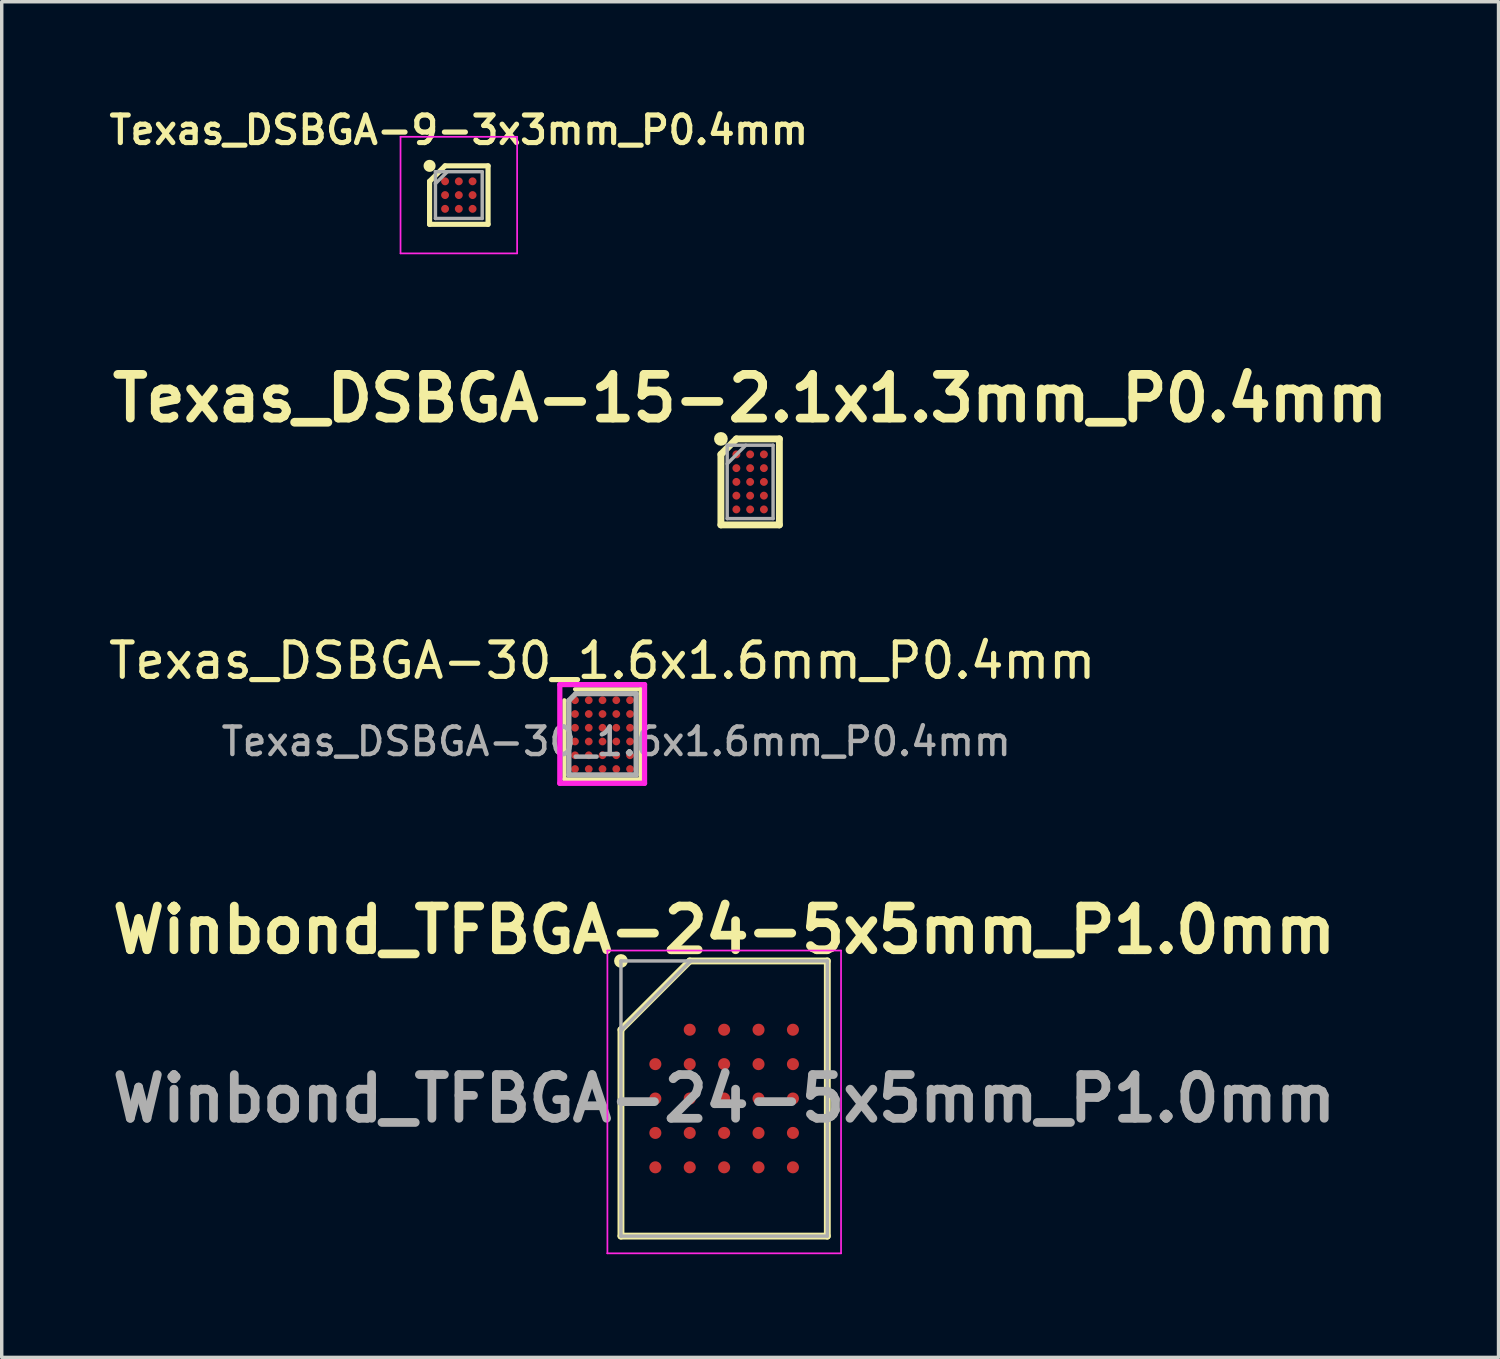
<source format=kicad_pcb>
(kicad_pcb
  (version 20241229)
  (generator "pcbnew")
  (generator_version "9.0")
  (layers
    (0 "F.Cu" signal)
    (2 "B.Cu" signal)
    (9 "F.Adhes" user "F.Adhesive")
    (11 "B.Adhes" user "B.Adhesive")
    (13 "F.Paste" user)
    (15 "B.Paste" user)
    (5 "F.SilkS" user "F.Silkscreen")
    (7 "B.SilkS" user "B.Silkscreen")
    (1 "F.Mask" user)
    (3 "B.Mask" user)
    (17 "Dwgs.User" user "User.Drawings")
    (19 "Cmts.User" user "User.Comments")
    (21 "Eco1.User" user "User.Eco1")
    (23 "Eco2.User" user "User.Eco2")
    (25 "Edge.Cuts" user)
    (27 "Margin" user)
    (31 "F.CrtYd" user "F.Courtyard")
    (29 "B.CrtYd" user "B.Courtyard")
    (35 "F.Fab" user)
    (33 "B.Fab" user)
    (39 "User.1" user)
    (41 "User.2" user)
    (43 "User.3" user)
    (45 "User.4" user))
  (footprint "Texas_DSBGA-15-2.1x1.3mm_P0.4mm"
    (layer "F.Cu")
    (at 18.76 10.961)
    (property "Reference" "Texas_DSBGA-15-2.1x1.3mm_P0.4mm" (at 0 -2.43 0) (layer "F.SilkS") (effects (font (size 1.27 1.27) (thickness 0.254))))
    (attr smd)
    (fp_line (start -0.85 -0.8) (end -0.4 -1.25) (stroke (width 0.2) (type solid)) (layer "F.SilkS"))
    (fp_line (start -0.85 1.25) (end -0.85 -0.8) (stroke (width 0.2) (type solid)) (layer "F.SilkS"))
    (fp_line (start -0.4 -1.25) (end 0.85 -1.25) (stroke (width 0.2) (type solid)) (layer "F.SilkS"))
    (fp_line (start 0.85 -1.25) (end 0.85 1.25) (stroke (width 0.2) (type solid)) (layer "F.SilkS"))
    (fp_line (start 0.85 1.25) (end -0.85 1.25) (stroke (width 0.2) (type solid)) (layer "F.SilkS"))
    (fp_circle (center -0.85 -1.25) (end -0.85 -1.15) (stroke (width 0.2) (type solid)) (fill no) (layer "F.SilkS"))
    (fp_line (start -0.667 -1.067) (end 0.667 -1.067) (stroke (width 0.1) (type solid)) (layer "F.Fab"))
    (fp_line (start -0.667 -0.526) (end -0.126 -1.067) (stroke (width 0.1) (type solid)) (layer "F.Fab"))
    (fp_line (start -0.667 1.067) (end -0.667 -1.067) (stroke (width 0.1) (type solid)) (layer "F.Fab"))
    (fp_line (start 0.667 -1.067) (end 0.667 1.067) (stroke (width 0.1) (type solid)) (layer "F.Fab"))
    (fp_line (start 0.667 1.067) (end -0.667 1.067) (stroke (width 0.1) (type solid)) (layer "F.Fab"))
    (pad "A1" smd circle (at -0.4 -0.8 90) (size 0.23 0.23) (layers "F.Cu" "F.Mask" "F.Paste"))
    (pad "A2" smd circle (at 0 -0.8 90) (size 0.23 0.23) (layers "F.Cu" "F.Mask" "F.Paste"))
    (pad "A3" smd circle (at 0.4 -0.8 90) (size 0.23 0.23) (layers "F.Cu" "F.Mask" "F.Paste"))
    (pad "B1" smd circle (at -0.4 -0.4 90) (size 0.23 0.23) (layers "F.Cu" "F.Mask" "F.Paste"))
    (pad "B2" smd circle (at 0 -0.4 90) (size 0.23 0.23) (layers "F.Cu" "F.Mask" "F.Paste"))
    (pad "B3" smd circle (at 0.4 -0.4 90) (size 0.23 0.23) (layers "F.Cu" "F.Mask" "F.Paste"))
    (pad "C1" smd circle (at -0.4 0 90) (size 0.23 0.23) (layers "F.Cu" "F.Mask" "F.Paste"))
    (pad "C2" smd circle (at 0 0 90) (size 0.23 0.23) (layers "F.Cu" "F.Mask" "F.Paste"))
    (pad "C3" smd circle (at 0.4 0 90) (size 0.23 0.23) (layers "F.Cu" "F.Mask" "F.Paste"))
    (pad "D1" smd circle (at -0.4 0.4 90) (size 0.23 0.23) (layers "F.Cu" "F.Mask" "F.Paste"))
    (pad "D2" smd circle (at 0 0.4 90) (size 0.23 0.23) (layers "F.Cu" "F.Mask" "F.Paste"))
    (pad "D3" smd circle (at 0.4 0.4 90) (size 0.23 0.23) (layers "F.Cu" "F.Mask" "F.Paste"))
    (pad "E1" smd circle (at -0.4 0.8 90) (size 0.23 0.23) (layers "F.Cu" "F.Mask" "F.Paste"))
    (pad "E2" smd circle (at 0 0.8 90) (size 0.23 0.23) (layers "F.Cu" "F.Mask" "F.Paste"))
    (pad "E3" smd circle (at 0.4 0.8 90) (size 0.23 0.23) (layers "F.Cu" "F.Mask" "F.Paste")))
  (footprint "Texas_DSBGA-30_1.6x1.6mm_P0.4mm"
    (layer "F.Cu")
    (at 14.458 18.309)
    (property "Reference" "Texas_DSBGA-30_1.6x1.6mm_P0.4mm" (at 0 -2.15 0) (layer "F.SilkS") (effects (font (size 1 1) (thickness 0.15))))
    (attr smd)
    (fp_line (start -1.1 1.3) (end -1.1 -1) (stroke (width 0.12) (type solid)) (layer "F.SilkS"))
    (fp_line (start 1.12 -1.32) (end -0.79 -1.32) (stroke (width 0.12) (type solid)) (layer "F.SilkS"))
    (fp_line (start 1.12 1.3) (end -1.1 1.3) (stroke (width 0.12) (type solid)) (layer "F.SilkS"))
    (fp_line (start 1.12 1.3) (end 1.12 -1.32) (stroke (width 0.12) (type solid)) (layer "F.SilkS"))
    (fp_line (start -1.232 -1.455) (end 1.232 -1.455) (stroke (width 0.152) (type solid)) (layer "F.CrtYd"))
    (fp_line (start -1.232 1.415) (end -1.232 -1.455) (stroke (width 0.152) (type solid)) (layer "F.CrtYd"))
    (fp_line (start 1.232 -1.455) (end 1.232 1.415) (stroke (width 0.152) (type solid)) (layer "F.CrtYd"))
    (fp_line (start 1.232 1.415) (end -1.232 1.415) (stroke (width 0.152) (type solid)) (layer "F.CrtYd"))
    (fp_line (start -0.968 -0.991) (end -0.968 1.171) (stroke (width 0.152) (type solid)) (layer "F.Fab"))
    (fp_line (start -0.968 1.171) (end 0.988 1.171) (stroke (width 0.152) (type solid)) (layer "F.Fab"))
    (fp_line (start -0.768 -1.191) (end -0.968 -0.991) (stroke (width 0.152) (type solid)) (layer "F.Fab"))
    (fp_line (start 0.988 -1.191) (end -0.768 -1.191) (stroke (width 0.152) (type solid)) (layer "F.Fab"))
    (fp_line (start 0.988 1.171) (end 0.988 -1.191) (stroke (width 0.152) (type solid)) (layer "F.Fab"))
    (fp_text user "${REFERENCE}" (at 0.41 0.2 0) (layer "F.Fab") (effects (font (size 0.8 0.8) (thickness 0.13))))
    (pad "A1" smd circle (at -0.79 -1) (size 0.225 0.225) (layers "F.Cu" "F.Mask" "F.Paste"))
    (pad "A2" smd circle (at -0.39 -1) (size 0.225 0.225) (layers "F.Cu" "F.Mask" "F.Paste"))
    (pad "A3" smd circle (at 0.01 -1) (size 0.225 0.225) (layers "F.Cu" "F.Mask" "F.Paste"))
    (pad "A4" smd circle (at 0.41 -1) (size 0.225 0.225) (layers "F.Cu" "F.Mask" "F.Paste"))
    (pad "A5" smd circle (at 0.81 -1) (size 0.225 0.225) (layers "F.Cu" "F.Mask" "F.Paste"))
    (pad "B1" smd circle (at -0.79 -0.6) (size 0.225 0.225) (layers "F.Cu" "F.Mask" "F.Paste"))
    (pad "B2" smd circle (at -0.39 -0.6) (size 0.225 0.225) (layers "F.Cu" "F.Mask" "F.Paste"))
    (pad "B3" smd circle (at 0.01 -0.6) (size 0.225 0.225) (layers "F.Cu" "F.Mask" "F.Paste"))
    (pad "B4" smd circle (at 0.41 -0.6) (size 0.225 0.225) (layers "F.Cu" "F.Mask" "F.Paste"))
    (pad "B5" smd circle (at 0.81 -0.6) (size 0.225 0.225) (layers "F.Cu" "F.Mask" "F.Paste"))
    (pad "C1" smd circle (at -0.79 -0.2) (size 0.225 0.225) (layers "F.Cu" "F.Mask" "F.Paste"))
    (pad "C2" smd circle (at -0.39 -0.2) (size 0.225 0.225) (layers "F.Cu" "F.Mask" "F.Paste"))
    (pad "C3" smd circle (at 0.01 -0.2) (size 0.225 0.225) (layers "F.Cu" "F.Mask" "F.Paste"))
    (pad "C4" smd circle (at 0.41 -0.2) (size 0.225 0.225) (layers "F.Cu" "F.Mask" "F.Paste"))
    (pad "C5" smd circle (at 0.81 -0.2) (size 0.225 0.225) (layers "F.Cu" "F.Mask" "F.Paste"))
    (pad "D1" smd circle (at -0.79 0.2) (size 0.225 0.225) (layers "F.Cu" "F.Mask" "F.Paste"))
    (pad "D2" smd circle (at -0.39 0.2) (size 0.225 0.225) (layers "F.Cu" "F.Mask" "F.Paste"))
    (pad "D3" smd circle (at 0.01 0.2) (size 0.225 0.225) (layers "F.Cu" "F.Mask" "F.Paste"))
    (pad "D4" smd circle (at 0.41 0.2) (size 0.225 0.225) (layers "F.Cu" "F.Mask" "F.Paste"))
    (pad "D5" smd circle (at 0.81 0.2) (size 0.225 0.225) (layers "F.Cu" "F.Mask" "F.Paste"))
    (pad "E1" smd circle (at -0.79 0.6) (size 0.225 0.225) (layers "F.Cu" "F.Mask" "F.Paste"))
    (pad "E2" smd circle (at -0.39 0.6) (size 0.225 0.225) (layers "F.Cu" "F.Mask" "F.Paste"))
    (pad "E3" smd circle (at 0.01 0.6) (size 0.225 0.225) (layers "F.Cu" "F.Mask" "F.Paste"))
    (pad "E4" smd circle (at 0.41 0.6) (size 0.225 0.225) (layers "F.Cu" "F.Mask" "F.Paste"))
    (pad "E5" smd circle (at 0.81 0.6) (size 0.225 0.225) (layers "F.Cu" "F.Mask" "F.Paste"))
    (pad "F1" smd circle (at -0.79 1) (size 0.225 0.225) (layers "F.Cu" "F.Mask" "F.Paste"))
    (pad "F2" smd circle (at -0.39 1) (size 0.225 0.225) (layers "F.Cu" "F.Mask" "F.Paste"))
    (pad "F3" smd circle (at 0.01 1) (size 0.225 0.225) (layers "F.Cu" "F.Mask" "F.Paste"))
    (pad "F4" smd circle (at 0.41 1) (size 0.225 0.225) (layers "F.Cu" "F.Mask" "F.Paste"))
    (pad "F5" smd circle (at 0.81 1) (size 0.225 0.225) (layers "F.Cu" "F.Mask" "F.Paste")))
  (footprint "Winbond_TFBGA-24-5x5mm_P1.0mm"
    (layer "F.Cu")
    (at 18.004 28.889)
    (property "Reference" "Winbond_TFBGA-24-5x5mm_P1.0mm" (at 0 -4.9 0) (layer "F.SilkS") (effects (font (size 1.27 1.27) (thickness 0.254))))
    (attr smd)
    (fp_line (start -3 -2) (end -1 -4) (stroke (width 0.2) (type solid)) (layer "F.SilkS"))
    (fp_line (start -3 4) (end -3 -2) (stroke (width 0.2) (type solid)) (layer "F.SilkS"))
    (fp_line (start -1 -4) (end 3 -4) (stroke (width 0.2) (type solid)) (layer "F.SilkS"))
    (fp_line (start 3 -4) (end 3 4) (stroke (width 0.2) (type solid)) (layer "F.SilkS"))
    (fp_line (start 3 4) (end -3 4) (stroke (width 0.2) (type solid)) (layer "F.SilkS"))
    (fp_circle (center -3 -4) (end -3 -3.9) (stroke (width 0.2) (type solid)) (fill no) (layer "F.SilkS"))
    (fp_line (start -3.4 -4.302) (end 3.4 -4.302) (stroke (width 0.05) (type solid)) (layer "F.CrtYd"))
    (fp_line (start -3.394 4.5) (end -3.394 -4.3) (stroke (width 0.05) (type solid)) (layer "F.CrtYd"))
    (fp_line (start 3.399 -4.3) (end 3.399 4.5) (stroke (width 0.05) (type solid)) (layer "F.CrtYd"))
    (fp_line (start 3.4 4.501) (end -3.4 4.501) (stroke (width 0.05) (type solid)) (layer "F.CrtYd"))
    (fp_line (start -3 -4) (end 3 -4) (stroke (width 0.1) (type solid)) (layer "F.Fab"))
    (fp_line (start -3 -1.975) (end -0.975 -4) (stroke (width 0.1) (type solid)) (layer "F.Fab"))
    (fp_line (start -3 4) (end -3 -4) (stroke (width 0.1) (type solid)) (layer "F.Fab"))
    (fp_line (start 3 -4) (end 3 4) (stroke (width 0.1) (type solid)) (layer "F.Fab"))
    (fp_line (start 3 4) (end -3 4) (stroke (width 0.1) (type solid)) (layer "F.Fab"))
    (fp_text user "${REFERENCE}" (at 0 0 0) (layer "F.Fab") (effects (font (size 1.27 1.27) (thickness 0.254))))
    (pad "A2" smd circle (at -1 -2 90) (size 0.35 0.35) (layers "F.Cu" "F.Mask" "F.Paste"))
    (pad "A3" smd circle (at 0 -2 90) (size 0.35 0.35) (layers "F.Cu" "F.Mask" "F.Paste"))
    (pad "A4" smd circle (at 1 -2 90) (size 0.35 0.35) (layers "F.Cu" "F.Mask" "F.Paste"))
    (pad "A5" smd circle (at 2 -2 90) (size 0.35 0.35) (layers "F.Cu" "F.Mask" "F.Paste"))
    (pad "B1" smd circle (at -2 -1 90) (size 0.35 0.35) (layers "F.Cu" "F.Mask" "F.Paste"))
    (pad "B2" smd circle (at -1 -1 90) (size 0.35 0.35) (layers "F.Cu" "F.Mask" "F.Paste"))
    (pad "B3" smd circle (at 0 -1 90) (size 0.35 0.35) (layers "F.Cu" "F.Mask" "F.Paste"))
    (pad "B4" smd circle (at 1 -1 90) (size 0.35 0.35) (layers "F.Cu" "F.Mask" "F.Paste"))
    (pad "B5" smd circle (at 2 -1 90) (size 0.35 0.35) (layers "F.Cu" "F.Mask" "F.Paste"))
    (pad "C1" smd circle (at -2 0 90) (size 0.35 0.35) (layers "F.Cu" "F.Mask" "F.Paste"))
    (pad "C2" smd circle (at -1 0 90) (size 0.35 0.35) (layers "F.Cu" "F.Mask" "F.Paste"))
    (pad "C3" smd circle (at 0 0 90) (size 0.35 0.35) (layers "F.Cu" "F.Mask" "F.Paste"))
    (pad "C4" smd circle (at 1 0 90) (size 0.35 0.35) (layers "F.Cu" "F.Mask" "F.Paste"))
    (pad "C5" smd circle (at 2 0 90) (size 0.35 0.35) (layers "F.Cu" "F.Mask" "F.Paste"))
    (pad "D1" smd circle (at -2 1 90) (size 0.35 0.35) (layers "F.Cu" "F.Mask" "F.Paste"))
    (pad "D2" smd circle (at -1 1 90) (size 0.35 0.35) (layers "F.Cu" "F.Mask" "F.Paste"))
    (pad "D3" smd circle (at 0 1 90) (size 0.35 0.35) (layers "F.Cu" "F.Mask" "F.Paste"))
    (pad "D4" smd circle (at 1 1 90) (size 0.35 0.35) (layers "F.Cu" "F.Mask" "F.Paste"))
    (pad "D5" smd circle (at 2 1 90) (size 0.35 0.35) (layers "F.Cu" "F.Mask" "F.Paste"))
    (pad "E1" smd circle (at -2 2 90) (size 0.35 0.35) (layers "F.Cu" "F.Mask" "F.Paste"))
    (pad "E2" smd circle (at -1 2 90) (size 0.35 0.35) (layers "F.Cu" "F.Mask" "F.Paste"))
    (pad "E3" smd circle (at 0 2 90) (size 0.35 0.35) (layers "F.Cu" "F.Mask" "F.Paste"))
    (pad "E4" smd circle (at 1 2 90) (size 0.35 0.35) (layers "F.Cu" "F.Mask" "F.Paste"))
    (pad "E5" smd circle (at 2 2 90) (size 0.35 0.35) (layers "F.Cu" "F.Mask" "F.Paste")))
  (footprint "Texas_DSBGA-9-3x3mm_P0.4mm"
    (layer "F.Cu")
    (at 10.29 2.622)
    (property "Reference" "Texas_DSBGA-9-3x3mm_P0.4mm" (at 0 -1.89 0) (layer "F.SilkS") (effects (font (size 0.801 0.801) (thickness 0.15))))
    (attr smd)
    (fp_line (start -0.85 -0.4) (end -0.4 -0.85) (stroke (width 0.15) (type solid)) (layer "F.SilkS"))
    (fp_line (start -0.85 0.85) (end -0.85 -0.4) (stroke (width 0.15) (type solid)) (layer "F.SilkS"))
    (fp_line (start -0.4 -0.85) (end 0.85 -0.85) (stroke (width 0.15) (type solid)) (layer "F.SilkS"))
    (fp_line (start 0.85 -0.85) (end 0.85 0.85) (stroke (width 0.15) (type solid)) (layer "F.SilkS"))
    (fp_line (start 0.85 0.85) (end -0.85 0.85) (stroke (width 0.15) (type solid)) (layer "F.SilkS"))
    (fp_circle (center -0.85 -0.85) (end -0.75 -0.85) (stroke (width 0.15) (type solid)) (fill yes) (layer "F.SilkS"))
    (fp_line (start -1.695 -1.695) (end 1.695 -1.695) (stroke (width 0.05) (type solid)) (layer "F.CrtYd"))
    (fp_line (start -1.695 1.695) (end -1.695 -1.695) (stroke (width 0.05) (type solid)) (layer "F.CrtYd"))
    (fp_line (start 1.695 -1.695) (end 1.695 1.695) (stroke (width 0.05) (type solid)) (layer "F.CrtYd"))
    (fp_line (start 1.695 1.695) (end -1.695 1.695) (stroke (width 0.05) (type solid)) (layer "F.CrtYd"))
    (fp_line (start -0.68 -0.68) (end 0.68 -0.68) (stroke (width 0.1) (type solid)) (layer "F.Fab"))
    (fp_line (start -0.68 -0.332) (end -0.332 -0.68) (stroke (width 0.1) (type solid)) (layer "F.Fab"))
    (fp_line (start -0.68 0.68) (end -0.68 -0.68) (stroke (width 0.1) (type solid)) (layer "F.Fab"))
    (fp_line (start 0.68 -0.68) (end 0.68 0.68) (stroke (width 0.1) (type solid)) (layer "F.Fab"))
    (fp_line (start 0.68 0.68) (end -0.68 0.68) (stroke (width 0.1) (type solid)) (layer "F.Fab"))
    (pad "A1" smd circle (at -0.4 -0.4 90) (size 0.23 0.23) (layers "F.Cu" "F.Mask" "F.Paste"))
    (pad "A2" smd circle (at 0 -0.4 90) (size 0.23 0.23) (layers "F.Cu" "F.Mask" "F.Paste"))
    (pad "A3" smd circle (at 0.4 -0.4 90) (size 0.23 0.23) (layers "F.Cu" "F.Mask" "F.Paste"))
    (pad "B1" smd circle (at -0.4 0 90) (size 0.23 0.23) (layers "F.Cu" "F.Mask" "F.Paste"))
    (pad "B2" smd circle (at 0 0 90) (size 0.23 0.23) (layers "F.Cu" "F.Mask" "F.Paste"))
    (pad "B3" smd circle (at 0.4 0 90) (size 0.23 0.23) (layers "F.Cu" "F.Mask" "F.Paste"))
    (pad "C1" smd circle (at -0.4 0.4 90) (size 0.23 0.23) (layers "F.Cu" "F.Mask" "F.Paste"))
    (pad "C2" smd circle (at 0 0.4 90) (size 0.23 0.23) (layers "F.Cu" "F.Mask" "F.Paste"))
    (pad "C3" smd circle (at 0.4 0.4 90) (size 0.23 0.23) (layers "F.Cu" "F.Mask" "F.Paste")))
  (gr_rect
    (start -3 -3)
    (end 40.519 36.415)
    (stroke (width 0.1) (type default))
    (fill no)
    (layer "Edge.Cuts")))
</source>
